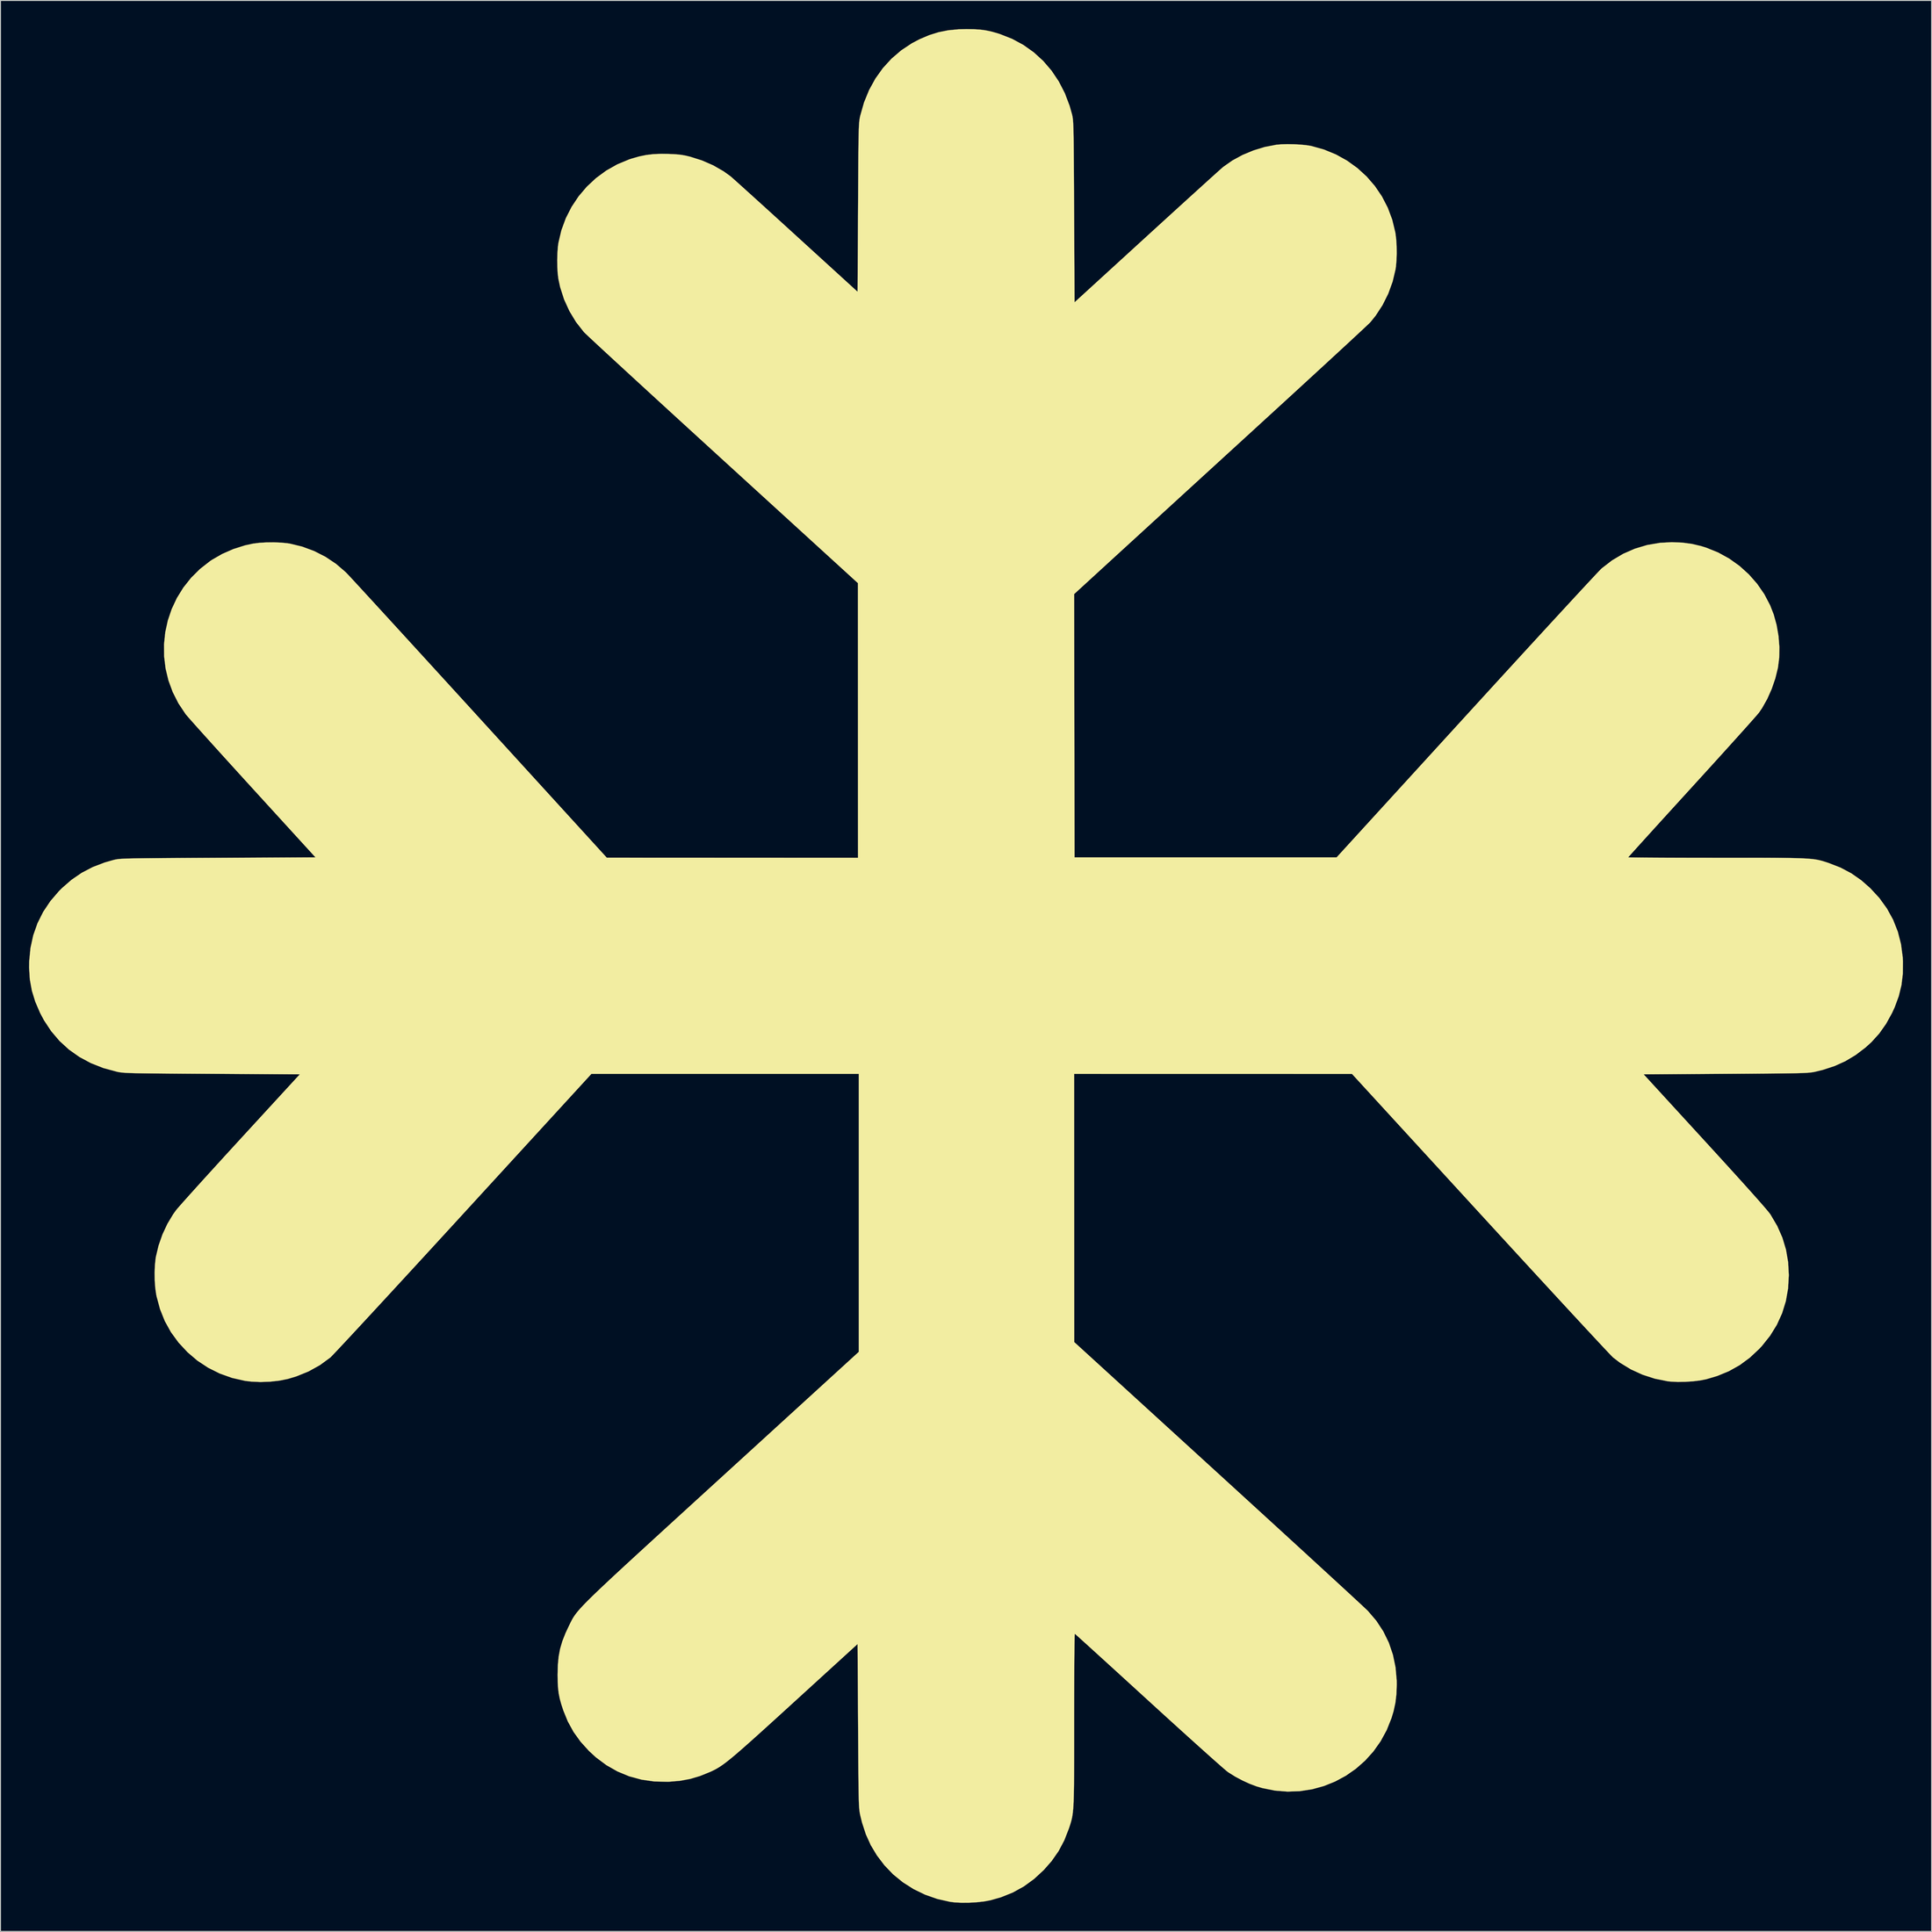
<source format=kicad_pcb>
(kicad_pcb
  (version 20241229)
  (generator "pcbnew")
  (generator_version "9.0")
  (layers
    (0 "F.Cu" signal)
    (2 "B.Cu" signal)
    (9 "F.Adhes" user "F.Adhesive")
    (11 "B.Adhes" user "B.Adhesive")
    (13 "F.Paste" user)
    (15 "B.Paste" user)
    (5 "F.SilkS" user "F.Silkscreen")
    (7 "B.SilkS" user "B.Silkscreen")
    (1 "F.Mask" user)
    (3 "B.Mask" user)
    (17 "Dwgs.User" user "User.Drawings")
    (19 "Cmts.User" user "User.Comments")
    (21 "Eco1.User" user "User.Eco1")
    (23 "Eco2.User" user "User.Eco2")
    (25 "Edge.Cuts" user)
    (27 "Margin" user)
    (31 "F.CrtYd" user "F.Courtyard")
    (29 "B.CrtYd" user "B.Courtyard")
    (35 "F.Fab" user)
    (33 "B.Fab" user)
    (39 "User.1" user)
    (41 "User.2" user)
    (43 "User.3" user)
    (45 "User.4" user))
  (footprint "christmas-snow_20x20_F"
    (layer "F.Cu")
    (at 98.368 98.343)
    (property "Reference" "christmas-snow_20x20_F" (at 0 0 0) (layer "F.SilkS") (effects (font (size 1.524 1.524) (thickness 0.3))))
    (attr through_hole)
    (fp_poly (pts (xy 0.809 -98.326) (xy 1.46 -98.286) (xy 2.047 -98.209) (xy 2.621 -98.089) (xy 3.235 -97.918) (xy 3.552 -97.817) (xy 4.832 -97.314) (xy 6.02 -96.671) (xy 7.11 -95.895) (xy 8.096 -94.995) (xy 8.971 -93.976) (xy 9.729 -92.845) (xy 10.365 -91.611) (xy 10.871 -90.278) (xy 11.116 -89.408) (xy 11.144 -89.293) (xy 11.168 -89.177) (xy 11.19 -89.05) (xy 11.21 -88.902) (xy 11.227 -88.723) (xy 11.242 -88.503) (xy 11.255 -88.232) (xy 11.267 -87.901) (xy 11.277 -87.499) (xy 11.286 -87.016) (xy 11.294 -86.443) (xy 11.301 -85.769) (xy 11.308 -84.985) (xy 11.315 -84.08) (xy 11.321 -83.045) (xy 11.327 -81.87) (xy 11.334 -80.545) (xy 11.341 -79.174) (xy 11.388 -69.659) (xy 18.965 -76.584) (xy 19.937 -77.472) (xy 20.881 -78.333) (xy 21.788 -79.16) (xy 22.649 -79.944) (xy 23.458 -80.68) (xy 24.205 -81.358) (xy 24.882 -81.972) (xy 25.481 -82.515) (xy 25.994 -82.978) (xy 26.413 -83.355) (xy 26.729 -83.638) (xy 26.935 -83.819) (xy 27.009 -83.881) (xy 27.957 -84.545) (xy 29.022 -85.124) (xy 30.17 -85.602) (xy 31.361 -85.965) (xy 32.562 -86.197) (xy 32.583 -86.199) (xy 33.103 -86.244) (xy 33.727 -86.261) (xy 34.401 -86.25) (xy 35.072 -86.215) (xy 35.687 -86.157) (xy 36.192 -86.078) (xy 36.23 -86.07) (xy 37.564 -85.697) (xy 38.823 -85.18) (xy 39.996 -84.528) (xy 41.075 -83.752) (xy 42.051 -82.861) (xy 42.914 -81.863) (xy 43.655 -80.77) (xy 44.265 -79.59) (xy 44.736 -78.333) (xy 45.056 -77.009) (xy 45.078 -76.884) (xy 45.154 -76.267) (xy 45.197 -75.553) (xy 45.207 -74.801) (xy 45.184 -74.069) (xy 45.127 -73.413) (xy 45.084 -73.12) (xy 44.777 -71.826) (xy 44.318 -70.566) (xy 43.72 -69.367) (xy 42.996 -68.256) (xy 42.446 -67.573) (xy 42.343 -67.47) (xy 42.121 -67.258) (xy 41.787 -66.944) (xy 41.347 -66.533) (xy 40.807 -66.032) (xy 40.175 -65.445) (xy 39.455 -64.78) (xy 38.654 -64.042) (xy 37.78 -63.236) (xy 36.837 -62.369) (xy 35.833 -61.446) (xy 34.774 -60.473) (xy 33.666 -59.457) (xy 32.516 -58.403) (xy 31.329 -57.317) (xy 30.188 -56.272) (xy 28.92 -55.112) (xy 27.651 -53.952) (xy 26.39 -52.798) (xy 25.145 -51.66) (xy 23.926 -50.544) (xy 22.74 -49.46) (xy 21.597 -48.414) (xy 20.505 -47.415) (xy 19.473 -46.471) (xy 18.51 -45.589) (xy 17.624 -44.778) (xy 16.824 -44.046) (xy 16.119 -43.401) (xy 15.517 -42.85) (xy 15.028 -42.401) (xy 14.838 -42.227) (xy 11.345 -39.027) (xy 11.366 -25.207) (xy 11.388 -11.388) (xy 38.898 -11.388) (xy 52.505 -26.289) (xy 53.752 -27.653) (xy 54.972 -28.988) (xy 56.162 -30.289) (xy 57.316 -31.548) (xy 58.428 -32.762) (xy 59.494 -33.923) (xy 60.508 -35.027) (xy 61.465 -36.068) (xy 62.36 -37.039) (xy 63.187 -37.936) (xy 63.941 -38.752) (xy 64.617 -39.483) (xy 65.21 -40.121) (xy 65.714 -40.662) (xy 66.124 -41.1) (xy 66.435 -41.429) (xy 66.642 -41.643) (xy 66.733 -41.731) (xy 67.816 -42.566) (xy 68.981 -43.256) (xy 70.216 -43.795) (xy 71.511 -44.181) (xy 72.852 -44.408) (xy 74.083 -44.474) (xy 75.174 -44.431) (xy 76.181 -44.298) (xy 77.171 -44.064) (xy 77.695 -43.901) (xy 78.938 -43.399) (xy 80.108 -42.756) (xy 81.191 -41.984) (xy 82.174 -41.096) (xy 83.046 -40.103) (xy 83.794 -39.019) (xy 84.404 -37.857) (xy 84.785 -36.881) (xy 85.088 -35.779) (xy 85.287 -34.628) (xy 85.379 -33.47) (xy 85.361 -32.348) (xy 85.229 -31.305) (xy 85.225 -31.287) (xy 84.952 -30.172) (xy 84.573 -29.07) (xy 84.107 -28.022) (xy 83.572 -27.072) (xy 83.24 -26.585) (xy 83.13 -26.451) (xy 82.914 -26.201) (xy 82.598 -25.843) (xy 82.192 -25.386) (xy 81.702 -24.837) (xy 81.135 -24.207) (xy 80.501 -23.503) (xy 79.806 -22.733) (xy 79.058 -21.907) (xy 78.265 -21.033) (xy 77.434 -20.119) (xy 76.573 -19.175) (xy 76.173 -18.735) (xy 75.311 -17.79) (xy 74.481 -16.88) (xy 73.691 -16.013) (xy 72.947 -15.196) (xy 72.258 -14.437) (xy 71.629 -13.744) (xy 71.068 -13.125) (xy 70.582 -12.588) (xy 70.178 -12.14) (xy 69.863 -11.79) (xy 69.644 -11.545) (xy 69.528 -11.412) (xy 69.511 -11.391) (xy 69.594 -11.385) (xy 69.836 -11.379) (xy 70.225 -11.373) (xy 70.751 -11.368) (xy 71.403 -11.363) (xy 72.17 -11.359) (xy 73.042 -11.355) (xy 74.007 -11.352) (xy 75.055 -11.349) (xy 76.175 -11.347) (xy 77.357 -11.346) (xy 78.588 -11.345) (xy 78.81 -11.345) (xy 80.325 -11.345) (xy 81.681 -11.345) (xy 82.889 -11.344) (xy 83.958 -11.342) (xy 84.9 -11.338) (xy 85.724 -11.331) (xy 86.441 -11.322) (xy 87.062 -11.31) (xy 87.596 -11.294) (xy 88.055 -11.273) (xy 88.447 -11.248) (xy 88.785 -11.218) (xy 89.078 -11.183) (xy 89.337 -11.141) (xy 89.571 -11.092) (xy 89.793 -11.036) (xy 90.01 -10.973) (xy 90.235 -10.902) (xy 90.478 -10.822) (xy 90.564 -10.793) (xy 91.802 -10.31) (xy 92.932 -9.711) (xy 93.982 -8.978) (xy 94.918 -8.155) (xy 95.872 -7.12) (xy 96.672 -6.012) (xy 97.319 -4.835) (xy 97.811 -3.588) (xy 98.148 -2.273) (xy 98.329 -0.892) (xy 98.353 -0.466) (xy 98.341 0.81) (xy 98.197 2.013) (xy 97.913 3.18) (xy 97.482 4.349) (xy 97.204 4.953) (xy 96.575 6.093) (xy 95.862 7.102) (xy 95.044 8.007) (xy 94.42 8.573) (xy 93.39 9.357) (xy 92.318 10.001) (xy 91.176 10.518) (xy 89.937 10.923) (xy 89.157 11.113) (xy 89.021 11.142) (xy 88.882 11.167) (xy 88.732 11.189) (xy 88.558 11.209) (xy 88.351 11.226) (xy 88.099 11.241) (xy 87.793 11.255) (xy 87.42 11.266) (xy 86.972 11.277) (xy 86.436 11.286) (xy 85.804 11.294) (xy 85.062 11.302) (xy 84.203 11.309) (xy 83.213 11.316) (xy 82.084 11.324) (xy 80.804 11.332) (xy 79.741 11.338) (xy 71.132 11.388) (xy 77.562 18.404) (xy 78.767 19.721) (xy 79.857 20.916) (xy 80.832 21.989) (xy 81.692 22.941) (xy 82.437 23.771) (xy 83.067 24.478) (xy 83.582 25.064) (xy 83.981 25.527) (xy 84.264 25.867) (xy 84.431 26.084) (xy 84.447 26.109) (xy 85.153 27.309) (xy 85.693 28.533) (xy 86.073 29.796) (xy 86.298 31.111) (xy 86.371 32.47) (xy 86.293 33.866) (xy 86.057 35.201) (xy 85.663 36.474) (xy 85.112 37.684) (xy 84.405 38.83) (xy 83.541 39.911) (xy 83.259 40.215) (xy 82.272 41.137) (xy 81.218 41.913) (xy 80.081 42.551) (xy 78.846 43.059) (xy 77.688 43.402) (xy 77.039 43.528) (xy 76.284 43.619) (xy 75.483 43.671) (xy 74.694 43.681) (xy 73.976 43.647) (xy 73.653 43.611) (xy 72.307 43.34) (xy 71.012 42.921) (xy 69.786 42.36) (xy 68.65 41.667) (xy 67.934 41.122) (xy 67.829 41.02) (xy 67.614 40.798) (xy 67.296 40.463) (xy 66.879 40.02) (xy 66.369 39.474) (xy 65.771 38.832) (xy 65.09 38.1) (xy 64.332 37.282) (xy 63.501 36.384) (xy 62.603 35.413) (xy 61.644 34.373) (xy 60.628 33.271) (xy 59.561 32.113) (xy 58.447 30.903) (xy 57.293 29.647) (xy 56.104 28.352) (xy 54.884 27.023) (xy 53.959 26.015) (xy 40.513 11.348) (xy 25.929 11.347) (xy 11.345 11.345) (xy 11.35 25.421) (xy 11.356 39.497) (xy 26.428 53.255) (xy 27.802 54.51) (xy 29.148 55.74) (xy 30.46 56.94) (xy 31.733 58.104) (xy 32.961 59.227) (xy 34.138 60.305) (xy 35.258 61.331) (xy 36.315 62.301) (xy 37.305 63.21) (xy 38.22 64.051) (xy 39.057 64.82) (xy 39.807 65.511) (xy 40.467 66.12) (xy 41.03 66.641) (xy 41.49 67.068) (xy 41.842 67.397) (xy 42.08 67.621) (xy 42.194 67.733) (xy 43.069 68.758) (xy 43.797 69.867) (xy 44.377 71.053) (xy 44.806 72.312) (xy 45.083 73.639) (xy 45.206 75.028) (xy 45.212 75.432) (xy 45.178 76.442) (xy 45.069 77.361) (xy 44.876 78.252) (xy 44.661 78.965) (xy 44.155 80.231) (xy 43.516 81.403) (xy 42.757 82.473) (xy 41.889 83.436) (xy 40.924 84.286) (xy 39.874 85.018) (xy 38.75 85.625) (xy 37.564 86.102) (xy 36.327 86.442) (xy 35.052 86.64) (xy 33.749 86.689) (xy 32.432 86.585) (xy 31.11 86.32) (xy 30.503 86.142) (xy 29.784 85.873) (xy 29.016 85.521) (xy 28.265 85.122) (xy 27.599 84.708) (xy 27.461 84.612) (xy 27.311 84.492) (xy 27.044 84.264) (xy 26.67 83.938) (xy 26.196 83.52) (xy 25.631 83.018) (xy 24.985 82.439) (xy 24.264 81.792) (xy 23.478 81.083) (xy 22.634 80.321) (xy 21.743 79.513) (xy 20.811 78.666) (xy 19.848 77.788) (xy 19.129 77.131) (xy 18.161 76.247) (xy 17.228 75.395) (xy 16.337 74.582) (xy 15.495 73.814) (xy 14.711 73.1) (xy 13.991 72.445) (xy 13.344 71.857) (xy 12.778 71.342) (xy 12.299 70.909) (xy 11.916 70.562) (xy 11.636 70.311) (xy 11.467 70.161) (xy 11.416 70.118) (xy 11.406 70.197) (xy 11.397 70.434) (xy 11.389 70.819) (xy 11.38 71.341) (xy 11.373 71.987) (xy 11.366 72.749) (xy 11.36 73.614) (xy 11.355 74.572) (xy 11.351 75.612) (xy 11.348 76.722) (xy 11.346 77.893) (xy 11.345 79.099) (xy 11.345 80.591) (xy 11.345 81.925) (xy 11.344 83.11) (xy 11.341 84.158) (xy 11.337 85.079) (xy 11.33 85.883) (xy 11.32 86.582) (xy 11.307 87.185) (xy 11.29 87.704) (xy 11.269 88.148) (xy 11.243 88.529) (xy 11.211 88.858) (xy 11.173 89.144) (xy 11.129 89.398) (xy 11.078 89.631) (xy 11.019 89.853) (xy 10.953 90.076) (xy 10.878 90.309) (xy 10.793 90.563) (xy 10.793 90.564) (xy 10.31 91.802) (xy 9.711 92.932) (xy 8.978 93.982) (xy 8.155 94.918) (xy 7.142 95.855) (xy 6.064 96.64) (xy 4.908 97.279) (xy 3.661 97.78) (xy 2.54 98.098) (xy 1.883 98.22) (xy 1.124 98.304) (xy 0.318 98.35) (xy -0.478 98.355) (xy -1.21 98.318) (xy -1.693 98.258) (xy -3.023 97.957) (xy -4.302 97.508) (xy -5.514 96.92) (xy -6.641 96.203) (xy -7.666 95.368) (xy -8.571 94.422) (xy -8.573 94.42) (xy -9.357 93.389) (xy -10.001 92.318) (xy -10.519 91.176) (xy -10.923 89.936) (xy -11.113 89.157) (xy -11.142 89.02) (xy -11.167 88.882) (xy -11.189 88.731) (xy -11.209 88.557) (xy -11.226 88.349) (xy -11.242 88.097) (xy -11.255 87.79) (xy -11.267 87.417) (xy -11.277 86.967) (xy -11.286 86.431) (xy -11.294 85.796) (xy -11.302 85.054) (xy -11.309 84.192) (xy -11.317 83.2) (xy -11.324 82.068) (xy -11.332 80.785) (xy -11.338 79.772) (xy -11.388 71.194) (xy -17.992 77.218) (xy -19.116 78.244) (xy -20.124 79.161) (xy -21.024 79.977) (xy -21.823 80.699) (xy -22.53 81.334) (xy -23.153 81.887) (xy -23.7 82.367) (xy -24.178 82.779) (xy -24.597 83.13) (xy -24.964 83.428) (xy -25.287 83.678) (xy -25.574 83.888) (xy -25.834 84.065) (xy -26.075 84.214) (xy -26.303 84.344) (xy -26.529 84.46) (xy -26.759 84.57) (xy -26.842 84.608) (xy -27.92 85.046) (xy -28.964 85.356) (xy -30.031 85.554) (xy -31.18 85.652) (xy -31.327 85.657) (xy -32.726 85.625) (xy -34.074 85.432) (xy -35.366 85.081) (xy -36.596 84.572) (xy -37.761 83.909) (xy -38.855 83.093) (xy -39.585 82.423) (xy -40.471 81.445) (xy -41.207 80.422) (xy -41.807 79.329) (xy -42.275 78.182) (xy -42.493 77.519) (xy -42.654 76.935) (xy -42.766 76.38) (xy -42.835 75.804) (xy -42.871 75.157) (xy -42.882 74.422) (xy -42.857 73.418) (xy -42.773 72.527) (xy -42.619 71.703) (xy -42.383 70.897) (xy -42.054 70.062) (xy -41.697 69.3) (xy -41.603 69.108) (xy -41.517 68.931) (xy -41.432 68.763) (xy -41.345 68.6) (xy -41.251 68.438) (xy -41.144 68.271) (xy -41.02 68.094) (xy -40.874 67.903) (xy -40.701 67.694) (xy -40.496 67.461) (xy -40.255 67.199) (xy -39.972 66.905) (xy -39.643 66.572) (xy -39.262 66.197) (xy -38.826 65.775) (xy -38.328 65.301) (xy -37.765 64.77) (xy -37.131 64.177) (xy -36.421 63.518) (xy -35.631 62.788) (xy -34.755 61.982) (xy -33.789 61.096) (xy -32.728 60.124) (xy -31.568 59.063) (xy -30.302 57.906) (xy -28.927 56.65) (xy -27.437 55.29) (xy -25.828 53.821) (xy -25.616 53.628) (xy -11.261 40.521) (xy -11.261 11.345) (xy -39.336 11.345) (xy -52.778 26.014) (xy -54.016 27.365) (xy -55.229 28.686) (xy -56.409 29.972) (xy -57.553 31.216) (xy -58.655 32.414) (xy -59.709 33.558) (xy -60.711 34.645) (xy -61.655 35.668) (xy -62.536 36.621) (xy -63.348 37.499) (xy -64.087 38.295) (xy -64.747 39.006) (xy -65.323 39.623) (xy -65.81 40.143) (xy -66.202 40.559) (xy -66.494 40.866) (xy -66.681 41.058) (xy -66.749 41.122) (xy -67.835 41.917) (xy -69.023 42.576) (xy -70.313 43.1) (xy -71.205 43.367) (xy -72.09 43.546) (xy -73.068 43.655) (xy -74.076 43.689) (xy -75.052 43.646) (xy -75.704 43.566) (xy -77.054 43.26) (xy -78.345 42.8) (xy -79.565 42.191) (xy -80.701 41.441) (xy -81.732 40.561) (xy -82.677 39.544) (xy -83.47 38.458) (xy -84.115 37.294) (xy -84.616 36.044) (xy -84.98 34.699) (xy -85.019 34.505) (xy -85.117 33.827) (xy -85.173 33.046) (xy -85.186 32.225) (xy -85.155 31.427) (xy -85.08 30.712) (xy -85.052 30.543) (xy -84.773 29.369) (xy -84.365 28.203) (xy -83.846 27.089) (xy -83.234 26.069) (xy -82.935 25.654) (xy -82.803 25.494) (xy -82.565 25.219) (xy -82.228 24.838) (xy -81.801 24.359) (xy -81.293 23.793) (xy -80.712 23.148) (xy -80.065 22.433) (xy -79.361 21.659) (xy -78.609 20.833) (xy -77.817 19.964) (xy -76.992 19.063) (xy -76.165 18.161) (xy -69.945 11.388) (xy -79.147 11.338) (xy -80.597 11.33) (xy -81.887 11.323) (xy -83.028 11.316) (xy -84.031 11.309) (xy -84.905 11.302) (xy -85.661 11.295) (xy -86.31 11.287) (xy -86.86 11.278) (xy -87.323 11.268) (xy -87.709 11.257) (xy -88.027 11.244) (xy -88.289 11.23) (xy -88.504 11.214) (xy -88.683 11.195) (xy -88.836 11.175) (xy -88.973 11.151) (xy -89.104 11.125) (xy -89.157 11.113) (xy -90.569 10.729) (xy -91.879 10.211) (xy -93.085 9.563) (xy -94.184 8.786) (xy -95.172 7.882) (xy -96.046 6.854) (xy -96.804 5.705) (xy -97.204 4.953) (xy -97.713 3.77) (xy -98.071 2.607) (xy -98.285 1.427) (xy -98.363 0.192) (xy -98.353 -0.466) (xy -98.218 -1.866) (xy -97.928 -3.201) (xy -97.482 -4.468) (xy -96.882 -5.667) (xy -96.128 -6.795) (xy -95.22 -7.853) (xy -94.918 -8.155) (xy -93.91 -9.032) (xy -92.837 -9.767) (xy -91.679 -10.371) (xy -90.419 -10.852) (xy -89.493 -11.116) (xy -89.382 -11.143) (xy -89.271 -11.167) (xy -89.15 -11.188) (xy -89.009 -11.207) (xy -88.84 -11.224) (xy -88.631 -11.239) (xy -88.375 -11.252) (xy -88.061 -11.264) (xy -87.679 -11.274) (xy -87.221 -11.283) (xy -86.677 -11.291) (xy -86.037 -11.299) (xy -85.291 -11.305) (xy -84.431 -11.312) (xy -83.446 -11.318) (xy -82.328 -11.324) (xy -81.066 -11.33) (xy -79.651 -11.336) (xy -78.536 -11.341) (xy -68.299 -11.388) (xy -74.896 -18.616) (xy -75.764 -19.568) (xy -76.606 -20.494) (xy -77.415 -21.385) (xy -78.183 -22.231) (xy -78.902 -23.026) (xy -79.563 -23.759) (xy -80.16 -24.422) (xy -80.685 -25.007) (xy -81.129 -25.505) (xy -81.485 -25.907) (xy -81.746 -26.205) (xy -81.903 -26.39) (xy -81.934 -26.429) (xy -82.686 -27.557) (xy -83.285 -28.74) (xy -83.734 -29.964) (xy -84.035 -31.217) (xy -84.189 -32.486) (xy -84.199 -33.758) (xy -84.068 -35.02) (xy -83.797 -36.259) (xy -83.389 -37.462) (xy -82.846 -38.616) (xy -82.17 -39.708) (xy -81.363 -40.726) (xy -80.428 -41.657) (xy -79.367 -42.487) (xy -79.164 -42.623) (xy -78.087 -43.243) (xy -76.913 -43.756) (xy -75.691 -44.143) (xy -74.845 -44.326) (xy -74.195 -44.408) (xy -73.446 -44.452) (xy -72.659 -44.459) (xy -71.894 -44.428) (xy -71.211 -44.359) (xy -70.993 -44.325) (xy -69.691 -44.009) (xy -68.434 -43.542) (xy -67.244 -42.935) (xy -66.141 -42.197) (xy -65.145 -41.341) (xy -65.027 -41.223) (xy -64.903 -41.093) (xy -64.671 -40.844) (xy -64.335 -40.482) (xy -63.901 -40.012) (xy -63.375 -39.44) (xy -62.761 -38.772) (xy -62.066 -38.015) (xy -61.294 -37.173) (xy -60.451 -36.253) (xy -59.542 -35.261) (xy -58.573 -34.202) (xy -57.549 -33.082) (xy -56.476 -31.908) (xy -55.358 -30.684) (xy -54.201 -29.418) (xy -53.011 -28.115) (xy -51.792 -26.78) (xy -51.012 -25.924) (xy -37.719 -11.355) (xy -24.532 -11.35) (xy -11.345 -11.345) (xy -11.349 -25.76) (xy -11.353 -40.174) (xy -25.499 -53.086) (xy -26.827 -54.299) (xy -28.126 -55.486) (xy -29.389 -56.641) (xy -30.611 -57.759) (xy -31.786 -58.835) (xy -32.908 -59.864) (xy -33.971 -60.839) (xy -34.97 -61.757) (xy -35.898 -62.61) (xy -36.751 -63.395) (xy -37.521 -64.105) (xy -38.203 -64.735) (xy -38.792 -65.281) (xy -39.281 -65.736) (xy -39.664 -66.095) (xy -39.937 -66.352) (xy -40.093 -66.504) (xy -40.121 -66.533) (xy -40.943 -67.581) (xy -41.639 -68.732) (xy -42.2 -69.961) (xy -42.613 -71.246) (xy -42.798 -72.104) (xy -42.87 -72.677) (xy -42.911 -73.359) (xy -42.921 -74.093) (xy -42.901 -74.821) (xy -42.851 -75.487) (xy -42.794 -75.904) (xy -42.482 -77.224) (xy -42.018 -78.485) (xy -41.413 -79.673) (xy -40.677 -80.779) (xy -39.819 -81.789) (xy -38.85 -82.694) (xy -37.78 -83.481) (xy -36.617 -84.139) (xy -35.374 -84.656) (xy -35.114 -84.742) (xy -34.328 -84.967) (xy -33.586 -85.121) (xy -32.832 -85.211) (xy -32.013 -85.243) (xy -31.284 -85.233) (xy -30.704 -85.21) (xy -30.242 -85.178) (xy -29.846 -85.13) (xy -29.465 -85.06) (xy -29.047 -84.962) (xy -28.956 -84.938) (xy -27.712 -84.544) (xy -26.531 -84.027) (xy -25.446 -83.402) (xy -24.744 -82.897) (xy -24.626 -82.796) (xy -24.393 -82.589) (xy -24.052 -82.285) (xy -23.613 -81.89) (xy -23.085 -81.413) (xy -22.476 -80.863) (xy -21.795 -80.246) (xy -21.052 -79.572) (xy -20.256 -78.848) (xy -19.414 -78.082) (xy -18.537 -77.283) (xy -17.865 -76.67) (xy -11.388 -70.763) (xy -11.341 -79.598) (xy -11.333 -81.015) (xy -11.326 -82.272) (xy -11.319 -83.381) (xy -11.313 -84.352) (xy -11.306 -85.196) (xy -11.299 -85.923) (xy -11.291 -86.543) (xy -11.282 -87.067) (xy -11.272 -87.506) (xy -11.261 -87.87) (xy -11.248 -88.169) (xy -11.233 -88.414) (xy -11.216 -88.616) (xy -11.196 -88.784) (xy -11.174 -88.93) (xy -11.149 -89.063) (xy -11.12 -89.195) (xy -11.107 -89.256) (xy -10.712 -90.641) (xy -10.181 -91.939) (xy -9.519 -93.143) (xy -8.732 -94.244) (xy -7.826 -95.234) (xy -6.808 -96.107) (xy -5.684 -96.853) (xy -4.883 -97.274) (xy -3.873 -97.703) (xy -2.88 -98.013) (xy -1.86 -98.216) (xy -0.767 -98.319) (xy 0.042 -98.338) (xy 0.809 -98.326)) (stroke (width 0.01) (type solid)) (fill yes) (layer "F.SilkS")))
  (gr_rect
    (start -3 -3)
    (end 199.726 199.704)
    (stroke (width 0.1) (type default))
    (fill no)
    (layer "Edge.Cuts")))
</source>
